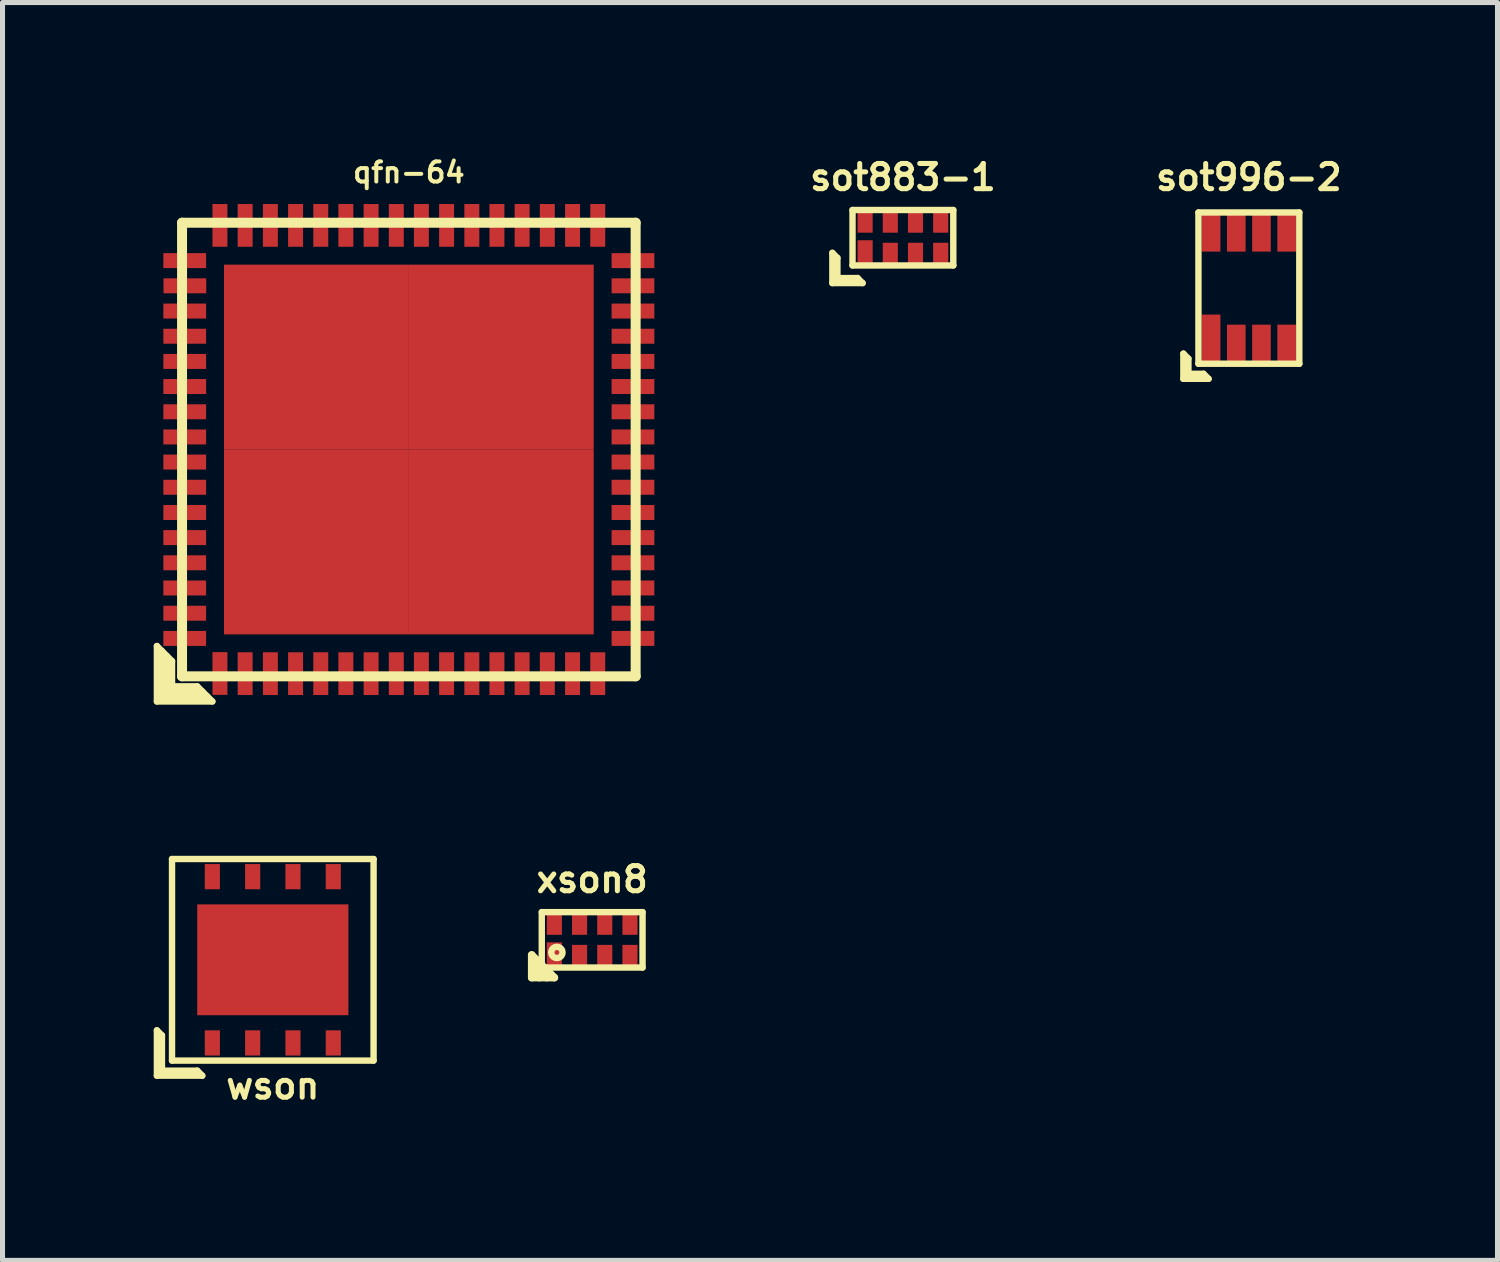
<source format=kicad_pcb>
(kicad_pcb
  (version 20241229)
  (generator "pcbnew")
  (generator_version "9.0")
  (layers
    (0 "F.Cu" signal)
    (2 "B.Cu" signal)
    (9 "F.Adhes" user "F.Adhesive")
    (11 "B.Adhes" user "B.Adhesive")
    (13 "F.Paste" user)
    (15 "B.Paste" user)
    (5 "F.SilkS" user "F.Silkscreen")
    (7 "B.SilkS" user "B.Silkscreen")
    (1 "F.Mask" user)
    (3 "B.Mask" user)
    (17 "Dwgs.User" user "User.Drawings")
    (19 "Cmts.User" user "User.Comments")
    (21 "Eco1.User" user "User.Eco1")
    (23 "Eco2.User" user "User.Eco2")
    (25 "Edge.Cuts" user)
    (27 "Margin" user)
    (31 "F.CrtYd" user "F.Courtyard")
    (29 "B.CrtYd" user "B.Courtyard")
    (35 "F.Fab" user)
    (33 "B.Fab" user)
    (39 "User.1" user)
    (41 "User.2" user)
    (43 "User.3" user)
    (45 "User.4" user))
  (footprint "sot996-2"
    (layer "F.Cu")
    (at 21.735 2.668)
    (property "Reference" "sot996-2" (at 0 -2.2 0) (layer "F.SilkS") (effects (font (size 0.5 0.5) (thickness 0.1))))
    (attr through_hole)
    (fp_line (start -1.3 1.3) (end -1.2 1.4) (stroke (width 0.127) (type solid)) (layer "F.SilkS"))
    (fp_line (start -1.3 1.8) (end -1.3 1.3) (stroke (width 0.127) (type solid)) (layer "F.SilkS"))
    (fp_line (start -1.2 1.4) (end -1.2 1.7) (stroke (width 0.127) (type solid)) (layer "F.SilkS"))
    (fp_line (start -1.2 1.7) (end -0.9 1.7) (stroke (width 0.127) (type solid)) (layer "F.SilkS"))
    (fp_line (start -1.001 -1.501) (end 1.001 -1.501) (stroke (width 0.127) (type solid)) (layer "F.SilkS"))
    (fp_line (start -1.001 1.501) (end -1.001 -1.501) (stroke (width 0.127) (type solid)) (layer "F.SilkS"))
    (fp_line (start -1.001 1.501) (end 1.001 1.501) (stroke (width 0.127) (type solid)) (layer "F.SilkS"))
    (fp_line (start -0.8 1.8) (end -1.3 1.8) (stroke (width 0.127) (type solid)) (layer "F.SilkS"))
    (fp_line (start -0.8 1.8) (end -0.9 1.7) (stroke (width 0.127) (type solid)) (layer "F.SilkS"))
    (fp_line (start 1.001 -1.501) (end 1.001 1.501) (stroke (width 0.127) (type solid)) (layer "F.SilkS"))
    (pad "1" smd rect (at -0.75 1.025) (size 0.37 1) (layers "F.Cu" "F.Mask" "F.Paste"))
    (pad "2" smd rect (at -0.25 1.125) (size 0.37 0.8) (layers "F.Cu" "F.Mask" "F.Paste"))
    (pad "3" smd rect (at 0.25 1.125) (size 0.37 0.8) (layers "F.Cu" "F.Mask" "F.Paste"))
    (pad "4" smd rect (at 0.75 1.125) (size 0.37 0.8) (layers "F.Cu" "F.Mask" "F.Paste"))
    (pad "5" smd rect (at 0.75 -1.125) (size 0.37 0.8) (layers "F.Cu" "F.Mask" "F.Paste"))
    (pad "6" smd rect (at 0.25 -1.125) (size 0.37 0.8) (layers "F.Cu" "F.Mask" "F.Paste"))
    (pad "7" smd rect (at -0.25 -1.125) (size 0.37 0.8) (layers "F.Cu" "F.Mask" "F.Paste"))
    (pad "8" smd rect (at -0.75 -1.125) (size 0.37 0.8) (layers "F.Cu" "F.Mask" "F.Paste")))
  (footprint "sot883-1"
    (layer "F.Cu")
    (at 14.869 1.668)
    (property "Reference" "sot883-1" (at 0 -1.2 0) (layer "F.SilkS") (effects (font (size 0.5 0.5) (thickness 0.1))))
    (attr through_hole)
    (fp_line (start -1.4 0.3) (end -1.3 0.4) (stroke (width 0.127) (type solid)) (layer "F.SilkS"))
    (fp_line (start -1.4 0.9) (end -1.4 0.3) (stroke (width 0.127) (type solid)) (layer "F.SilkS"))
    (fp_line (start -1.3 0.4) (end -1.3 0.8) (stroke (width 0.127) (type solid)) (layer "F.SilkS"))
    (fp_line (start -1.3 0.8) (end -0.9 0.8) (stroke (width 0.127) (type solid)) (layer "F.SilkS"))
    (fp_line (start -1 -0.55) (end 1 -0.55) (stroke (width 0.127) (type solid)) (layer "F.SilkS"))
    (fp_line (start -1 0.55) (end -1 -0.55) (stroke (width 0.127) (type solid)) (layer "F.SilkS"))
    (fp_line (start -0.9 0.8) (end -0.8 0.9) (stroke (width 0.127) (type solid)) (layer "F.SilkS"))
    (fp_line (start -0.8 0.9) (end -1.4 0.9) (stroke (width 0.127) (type solid)) (layer "F.SilkS"))
    (fp_line (start 1 -0.55) (end 1 0.55) (stroke (width 0.127) (type solid)) (layer "F.SilkS"))
    (fp_line (start 1 0.55) (end -1 0.55) (stroke (width 0.127) (type solid)) (layer "F.SilkS"))
    (pad "1" smd rect (at -0.75 0.275) (size 0.3 0.45) (layers "F.Cu" "F.Mask" "F.Paste"))
    (pad "2" smd rect (at -0.25 0.3) (size 0.3 0.4) (layers "F.Cu" "F.Mask" "F.Paste"))
    (pad "3" smd rect (at 0.25 0.3) (size 0.3 0.4) (layers "F.Cu" "F.Mask" "F.Paste"))
    (pad "4" smd rect (at 0.75 0.3) (size 0.3 0.4) (layers "F.Cu" "F.Mask" "F.Paste"))
    (pad "5" smd rect (at 0.75 -0.3) (size 0.3 0.4) (layers "F.Cu" "F.Mask" "F.Paste"))
    (pad "6" smd rect (at 0.25 -0.3) (size 0.3 0.4) (layers "F.Cu" "F.Mask" "F.Paste"))
    (pad "7" smd rect (at -0.25 -0.3) (size 0.3 0.4) (layers "F.Cu" "F.Mask" "F.Paste"))
    (pad "8" smd rect (at -0.75 -0.3) (size 0.3 0.4) (layers "F.Cu" "F.Mask" "F.Paste")))
  (footprint "xson8"
    (layer "F.Cu")
    (at 8.702 15.602)
    (property "Reference" "xson8" (at 0 -1.2 0) (layer "F.SilkS") (effects (font (size 0.5 0.5) (thickness 0.1))))
    (attr through_hole)
    (fp_line (start -1.2 0.3) (end -1.2 0.75) (stroke (width 0.15) (type solid)) (layer "F.SilkS"))
    (fp_line (start -1.2 0.75) (end -0.75 0.75) (stroke (width 0.15) (type solid)) (layer "F.SilkS"))
    (fp_line (start -1.05 0.75) (end -1.2 0.6) (stroke (width 0.15) (type solid)) (layer "F.SilkS"))
    (fp_line (start -1 -0.55) (end 1 -0.55) (stroke (width 0.127) (type solid)) (layer "F.SilkS"))
    (fp_line (start -1 0.55) (end -1 -0.55) (stroke (width 0.127) (type solid)) (layer "F.SilkS"))
    (fp_line (start -0.9 0.75) (end -1.2 0.45) (stroke (width 0.15) (type solid)) (layer "F.SilkS"))
    (fp_line (start -0.75 0.75) (end -1.2 0.3) (stroke (width 0.15) (type solid)) (layer "F.SilkS"))
    (fp_line (start 1 -0.55) (end 1 0.55) (stroke (width 0.127) (type solid)) (layer "F.SilkS"))
    (fp_line (start 1 0.55) (end -1 0.55) (stroke (width 0.127) (type solid)) (layer "F.SilkS"))
    (fp_circle (center -0.7 0.25) (end -0.8 0.3) (stroke (width 0.127) (type solid)) (fill no) (layer "F.SilkS"))
    (pad "1" smd rect (at -0.75 0.275) (size 0.3 0.45) (layers "F.Cu" "F.Mask" "F.Paste"))
    (pad "2" smd rect (at -0.25 0.3) (size 0.3 0.4) (layers "F.Cu" "F.Mask" "F.Paste"))
    (pad "3" smd rect (at 0.25 0.3) (size 0.3 0.4) (layers "F.Cu" "F.Mask" "F.Paste"))
    (pad "4" smd rect (at 0.75 0.3) (size 0.3 0.4) (layers "F.Cu" "F.Mask" "F.Paste"))
    (pad "5" smd rect (at 0.75 -0.3) (size 0.3 0.4) (layers "F.Cu" "F.Mask" "F.Paste"))
    (pad "6" smd rect (at 0.25 -0.3) (size 0.3 0.4) (layers "F.Cu" "F.Mask" "F.Paste"))
    (pad "7" smd rect (at -0.25 -0.3) (size 0.3 0.4) (layers "F.Cu" "F.Mask" "F.Paste"))
    (pad "8" smd rect (at -0.75 -0.3) (size 0.3 0.4) (layers "F.Cu" "F.Mask" "F.Paste")))
  (footprint "qfn-64"
    (layer "F.Cu")
    (at 5.064 5.871)
    (property "Reference" "qfn-64" (at 0 -5.499 0) (layer "F.SilkS") (effects (font (size 0.399 0.399) (thickness 0.079))))
    (attr through_hole)
    (fp_line (start -5 3.9) (end -5 5) (stroke (width 0.127) (type solid)) (layer "F.SilkS"))
    (fp_line (start -5 5) (end -3.9 5) (stroke (width 0.127) (type solid)) (layer "F.SilkS"))
    (fp_line (start -4.9 4.9) (end -4.9 4) (stroke (width 0.127) (type solid)) (layer "F.SilkS"))
    (fp_line (start -4.8 4.1) (end -4.8 4.8) (stroke (width 0.127) (type solid)) (layer "F.SilkS"))
    (fp_line (start -4.8 4.8) (end -4.1 4.8) (stroke (width 0.127) (type solid)) (layer "F.SilkS"))
    (fp_line (start -4.7 4.2) (end -5 3.9) (stroke (width 0.127) (type solid)) (layer "F.SilkS"))
    (fp_line (start -4.7 4.7) (end -4.7 4.2) (stroke (width 0.127) (type solid)) (layer "F.SilkS"))
    (fp_line (start -4.501 -4.501) (end -4.501 4.501) (stroke (width 0.198) (type solid)) (layer "F.SilkS"))
    (fp_line (start -4.501 4.501) (end 4.501 4.501) (stroke (width 0.198) (type solid)) (layer "F.SilkS"))
    (fp_line (start -4.2 4.7) (end -4.7 4.7) (stroke (width 0.127) (type solid)) (layer "F.SilkS"))
    (fp_line (start -4 4.9) (end -4.9 4.9) (stroke (width 0.127) (type solid)) (layer "F.SilkS"))
    (fp_line (start -3.9 5) (end -4.2 4.7) (stroke (width 0.127) (type solid)) (layer "F.SilkS"))
    (fp_line (start 4.501 -4.501) (end -4.501 -4.501) (stroke (width 0.198) (type solid)) (layer "F.SilkS"))
    (fp_line (start 4.501 4.501) (end 4.501 -4.501) (stroke (width 0.198) (type solid)) (layer "F.SilkS"))
    (pad "1" smd rect (at -3.749 4.445) (size 0.297 0.848) (layers "F.Cu" "F.Mask" "F.Paste"))
    (pad "2" smd rect (at -3.249 4.448) (size 0.297 0.848) (layers "F.Cu" "F.Mask" "F.Paste"))
    (pad "3" smd rect (at -2.748 4.448) (size 0.297 0.848) (layers "F.Cu" "F.Mask" "F.Paste"))
    (pad "4" smd rect (at -2.248 4.448) (size 0.297 0.848) (layers "F.Cu" "F.Mask" "F.Paste"))
    (pad "5" smd rect (at -1.748 4.448) (size 0.297 0.848) (layers "F.Cu" "F.Mask" "F.Paste"))
    (pad "6" smd rect (at -1.25 4.448) (size 0.297 0.848) (layers "F.Cu" "F.Mask" "F.Paste"))
    (pad "7" smd rect (at -0.749 4.448) (size 0.297 0.848) (layers "F.Cu" "F.Mask" "F.Paste"))
    (pad "8" smd rect (at -0.249 4.448) (size 0.297 0.848) (layers "F.Cu" "F.Mask" "F.Paste"))
    (pad "9" smd rect (at 0.249 4.448) (size 0.297 0.848) (layers "F.Cu" "F.Mask" "F.Paste"))
    (pad "10" smd rect (at 0.749 4.448) (size 0.297 0.848) (layers "F.Cu" "F.Mask" "F.Paste"))
    (pad "11" smd rect (at 1.25 4.448) (size 0.297 0.848) (layers "F.Cu" "F.Mask" "F.Paste"))
    (pad "12" smd rect (at 1.748 4.448) (size 0.297 0.848) (layers "F.Cu" "F.Mask" "F.Paste"))
    (pad "13" smd rect (at 2.248 4.448) (size 0.297 0.848) (layers "F.Cu" "F.Mask" "F.Paste"))
    (pad "14" smd rect (at 2.748 4.448) (size 0.297 0.848) (layers "F.Cu" "F.Mask" "F.Paste"))
    (pad "15" smd rect (at 3.249 4.448) (size 0.297 0.848) (layers "F.Cu" "F.Mask" "F.Paste"))
    (pad "16" smd rect (at 3.749 4.448) (size 0.297 0.848) (layers "F.Cu" "F.Mask" "F.Paste"))
    (pad "17" smd rect (at 4.448 3.749) (size 0.848 0.297) (layers "F.Cu" "F.Mask" "F.Paste"))
    (pad "18" smd rect (at 4.448 3.249) (size 0.848 0.297) (layers "F.Cu" "F.Mask" "F.Paste"))
    (pad "19" smd rect (at 4.448 2.748) (size 0.848 0.297) (layers "F.Cu" "F.Mask" "F.Paste"))
    (pad "20" smd rect (at 4.448 2.248) (size 0.848 0.297) (layers "F.Cu" "F.Mask" "F.Paste"))
    (pad "21" smd rect (at 4.448 1.748) (size 0.848 0.297) (layers "F.Cu" "F.Mask" "F.Paste"))
    (pad "22" smd rect (at 4.448 1.25) (size 0.848 0.297) (layers "F.Cu" "F.Mask" "F.Paste"))
    (pad "23" smd rect (at 4.448 0.749) (size 0.848 0.297) (layers "F.Cu" "F.Mask" "F.Paste"))
    (pad "24" smd rect (at 4.448 0.249) (size 0.848 0.297) (layers "F.Cu" "F.Mask" "F.Paste"))
    (pad "25" smd rect (at 4.448 -0.249) (size 0.848 0.297) (layers "F.Cu" "F.Mask" "F.Paste"))
    (pad "26" smd rect (at 4.448 -0.749) (size 0.848 0.297) (layers "F.Cu" "F.Mask" "F.Paste"))
    (pad "27" smd rect (at 4.448 -1.25) (size 0.848 0.297) (layers "F.Cu" "F.Mask" "F.Paste"))
    (pad "28" smd rect (at 4.448 -1.748) (size 0.848 0.297) (layers "F.Cu" "F.Mask" "F.Paste"))
    (pad "29" smd rect (at 4.448 -2.248) (size 0.848 0.297) (layers "F.Cu" "F.Mask" "F.Paste"))
    (pad "30" smd rect (at 4.448 -2.748) (size 0.848 0.297) (layers "F.Cu" "F.Mask" "F.Paste"))
    (pad "31" smd rect (at 4.448 -3.249) (size 0.848 0.297) (layers "F.Cu" "F.Mask" "F.Paste"))
    (pad "32" smd rect (at 4.448 -3.749) (size 0.848 0.297) (layers "F.Cu" "F.Mask" "F.Paste"))
    (pad "33" smd rect (at 3.749 -4.448) (size 0.297 0.848) (layers "F.Cu" "F.Mask" "F.Paste"))
    (pad "34" smd rect (at 3.249 -4.448) (size 0.297 0.848) (layers "F.Cu" "F.Mask" "F.Paste"))
    (pad "35" smd rect (at 2.748 -4.448) (size 0.297 0.848) (layers "F.Cu" "F.Mask" "F.Paste"))
    (pad "36" smd rect (at 2.248 -4.448) (size 0.297 0.848) (layers "F.Cu" "F.Mask" "F.Paste"))
    (pad "37" smd rect (at 1.748 -4.448) (size 0.297 0.848) (layers "F.Cu" "F.Mask" "F.Paste"))
    (pad "38" smd rect (at 1.25 -4.448) (size 0.297 0.848) (layers "F.Cu" "F.Mask" "F.Paste"))
    (pad "39" smd rect (at 0.749 -4.448) (size 0.297 0.848) (layers "F.Cu" "F.Mask" "F.Paste"))
    (pad "40" smd rect (at 0.249 -4.448) (size 0.297 0.848) (layers "F.Cu" "F.Mask" "F.Paste"))
    (pad "41" smd rect (at -0.249 -4.448) (size 0.297 0.848) (layers "F.Cu" "F.Mask" "F.Paste"))
    (pad "42" smd rect (at -0.749 -4.448) (size 0.297 0.848) (layers "F.Cu" "F.Mask" "F.Paste"))
    (pad "43" smd rect (at -1.25 -4.448) (size 0.297 0.848) (layers "F.Cu" "F.Mask" "F.Paste"))
    (pad "44" smd rect (at -1.748 -4.448) (size 0.297 0.848) (layers "F.Cu" "F.Mask" "F.Paste"))
    (pad "45" smd rect (at -2.248 -4.448) (size 0.297 0.848) (layers "F.Cu" "F.Mask" "F.Paste"))
    (pad "46" smd rect (at -2.748 -4.448) (size 0.297 0.848) (layers "F.Cu" "F.Mask" "F.Paste"))
    (pad "47" smd rect (at -3.249 -4.448) (size 0.297 0.848) (layers "F.Cu" "F.Mask" "F.Paste"))
    (pad "48" smd rect (at -3.749 -4.448) (size 0.297 0.848) (layers "F.Cu" "F.Mask" "F.Paste"))
    (pad "49" smd rect (at -4.448 -3.749) (size 0.848 0.297) (layers "F.Cu" "F.Mask" "F.Paste"))
    (pad "50" smd rect (at -4.445 -3.249) (size 0.848 0.297) (layers "F.Cu" "F.Mask" "F.Paste"))
    (pad "51" smd rect (at -4.448 -2.748) (size 0.848 0.297) (layers "F.Cu" "F.Mask" "F.Paste"))
    (pad "52" smd rect (at -4.448 -2.248) (size 0.848 0.297) (layers "F.Cu" "F.Mask" "F.Paste"))
    (pad "53" smd rect (at -4.448 -1.748) (size 0.848 0.297) (layers "F.Cu" "F.Mask" "F.Paste"))
    (pad "54" smd rect (at -4.448 -1.25) (size 0.848 0.297) (layers "F.Cu" "F.Mask" "F.Paste"))
    (pad "55" smd rect (at -4.448 -0.749) (size 0.848 0.297) (layers "F.Cu" "F.Mask" "F.Paste"))
    (pad "56" smd rect (at -4.448 -0.249) (size 0.848 0.297) (layers "F.Cu" "F.Mask" "F.Paste"))
    (pad "57" smd rect (at -4.448 0.249) (size 0.848 0.297) (layers "F.Cu" "F.Mask" "F.Paste"))
    (pad "58" smd rect (at -4.448 0.749) (size 0.848 0.297) (layers "F.Cu" "F.Mask" "F.Paste"))
    (pad "59" smd rect (at -4.448 1.25) (size 0.848 0.297) (layers "F.Cu" "F.Mask" "F.Paste"))
    (pad "60" smd rect (at -4.448 1.748) (size 0.848 0.297) (layers "F.Cu" "F.Mask" "F.Paste"))
    (pad "61" smd rect (at -4.448 2.248) (size 0.848 0.297) (layers "F.Cu" "F.Mask" "F.Paste"))
    (pad "62" smd rect (at -4.448 2.748) (size 0.848 0.297) (layers "F.Cu" "F.Mask" "F.Paste"))
    (pad "63" smd rect (at -4.448 3.249) (size 0.848 0.297) (layers "F.Cu" "F.Mask" "F.Paste"))
    (pad "64" smd rect (at -4.448 3.749) (size 0.848 0.297) (layers "F.Cu" "F.Mask" "F.Paste"))
    (pad "65" smd rect (at -1.834 -1.834) (size 3.67 3.67) (layers "F.Cu" "F.Mask" "F.Paste"))
    (pad "65" smd rect (at -1.834 1.834) (size 3.67 3.67) (layers "F.Cu" "F.Mask" "F.Paste"))
    (pad "65" smd rect (at 1.834 -1.834) (size 3.67 3.67) (layers "F.Cu" "F.Mask" "F.Paste"))
    (pad "65" smd rect (at 1.834 1.834) (size 3.67 3.67) (layers "F.Cu" "F.Mask" "F.Paste")))
  (footprint "wson"
    (layer "F.Cu")
    (at 2.364 15.998)
    (property "Reference" "wson" (at 0 2.5 0) (layer "F.SilkS") (effects (font (size 0.5 0.5) (thickness 0.099))))
    (attr through_hole)
    (fp_line (start -2.3 1.4) (end -2.2 1.5) (stroke (width 0.127) (type solid)) (layer "F.SilkS"))
    (fp_line (start -2.3 2.3) (end -2.3 1.4) (stroke (width 0.127) (type solid)) (layer "F.SilkS"))
    (fp_line (start -2.2 1.5) (end -2.2 2.2) (stroke (width 0.127) (type solid)) (layer "F.SilkS"))
    (fp_line (start -2.2 2.2) (end -1.5 2.2) (stroke (width 0.127) (type solid)) (layer "F.SilkS"))
    (fp_line (start -2 -2) (end 2 -2) (stroke (width 0.127) (type solid)) (layer "F.SilkS"))
    (fp_line (start -2 2) (end -2 -2) (stroke (width 0.127) (type solid)) (layer "F.SilkS"))
    (fp_line (start -1.5 2.2) (end -1.4 2.3) (stroke (width 0.127) (type solid)) (layer "F.SilkS"))
    (fp_line (start -1.4 2.3) (end -2.3 2.3) (stroke (width 0.127) (type solid)) (layer "F.SilkS"))
    (fp_line (start 2 -2) (end 2 2) (stroke (width 0.127) (type solid)) (layer "F.SilkS"))
    (fp_line (start 2 2) (end -2 2) (stroke (width 0.127) (type solid)) (layer "F.SilkS"))
    (pad "1" smd rect (at -1.2 1.65) (size 0.3 0.5) (layers "F.Cu" "F.Mask" "F.Paste"))
    (pad "2" smd rect (at -0.4 1.65) (size 0.3 0.5) (layers "F.Cu" "F.Mask" "F.Paste"))
    (pad "3" smd rect (at 0.4 1.65) (size 0.3 0.5) (layers "F.Cu" "F.Mask" "F.Paste"))
    (pad "4" smd rect (at 1.2 1.65) (size 0.3 0.5) (layers "F.Cu" "F.Mask" "F.Paste"))
    (pad "5" smd rect (at 1.2 -1.65) (size 0.3 0.5) (layers "F.Cu" "F.Mask" "F.Paste"))
    (pad "6" smd rect (at 0.4 -1.65) (size 0.3 0.5) (layers "F.Cu" "F.Mask" "F.Paste"))
    (pad "7" smd rect (at -0.4 -1.65) (size 0.3 0.5) (layers "F.Cu" "F.Mask" "F.Paste"))
    (pad "8" smd rect (at -1.2 -1.65) (size 0.3 0.5) (layers "F.Cu" "F.Mask" "F.Paste"))
    (pad "9" smd rect (at 0 0) (size 3 2.2) (layers "F.Cu" "F.Mask" "F.Paste")))
  (gr_rect
    (start -3 -3)
    (end 26.669 21.964)
    (stroke (width 0.1) (type default))
    (fill no)
    (layer "Edge.Cuts")))
</source>
